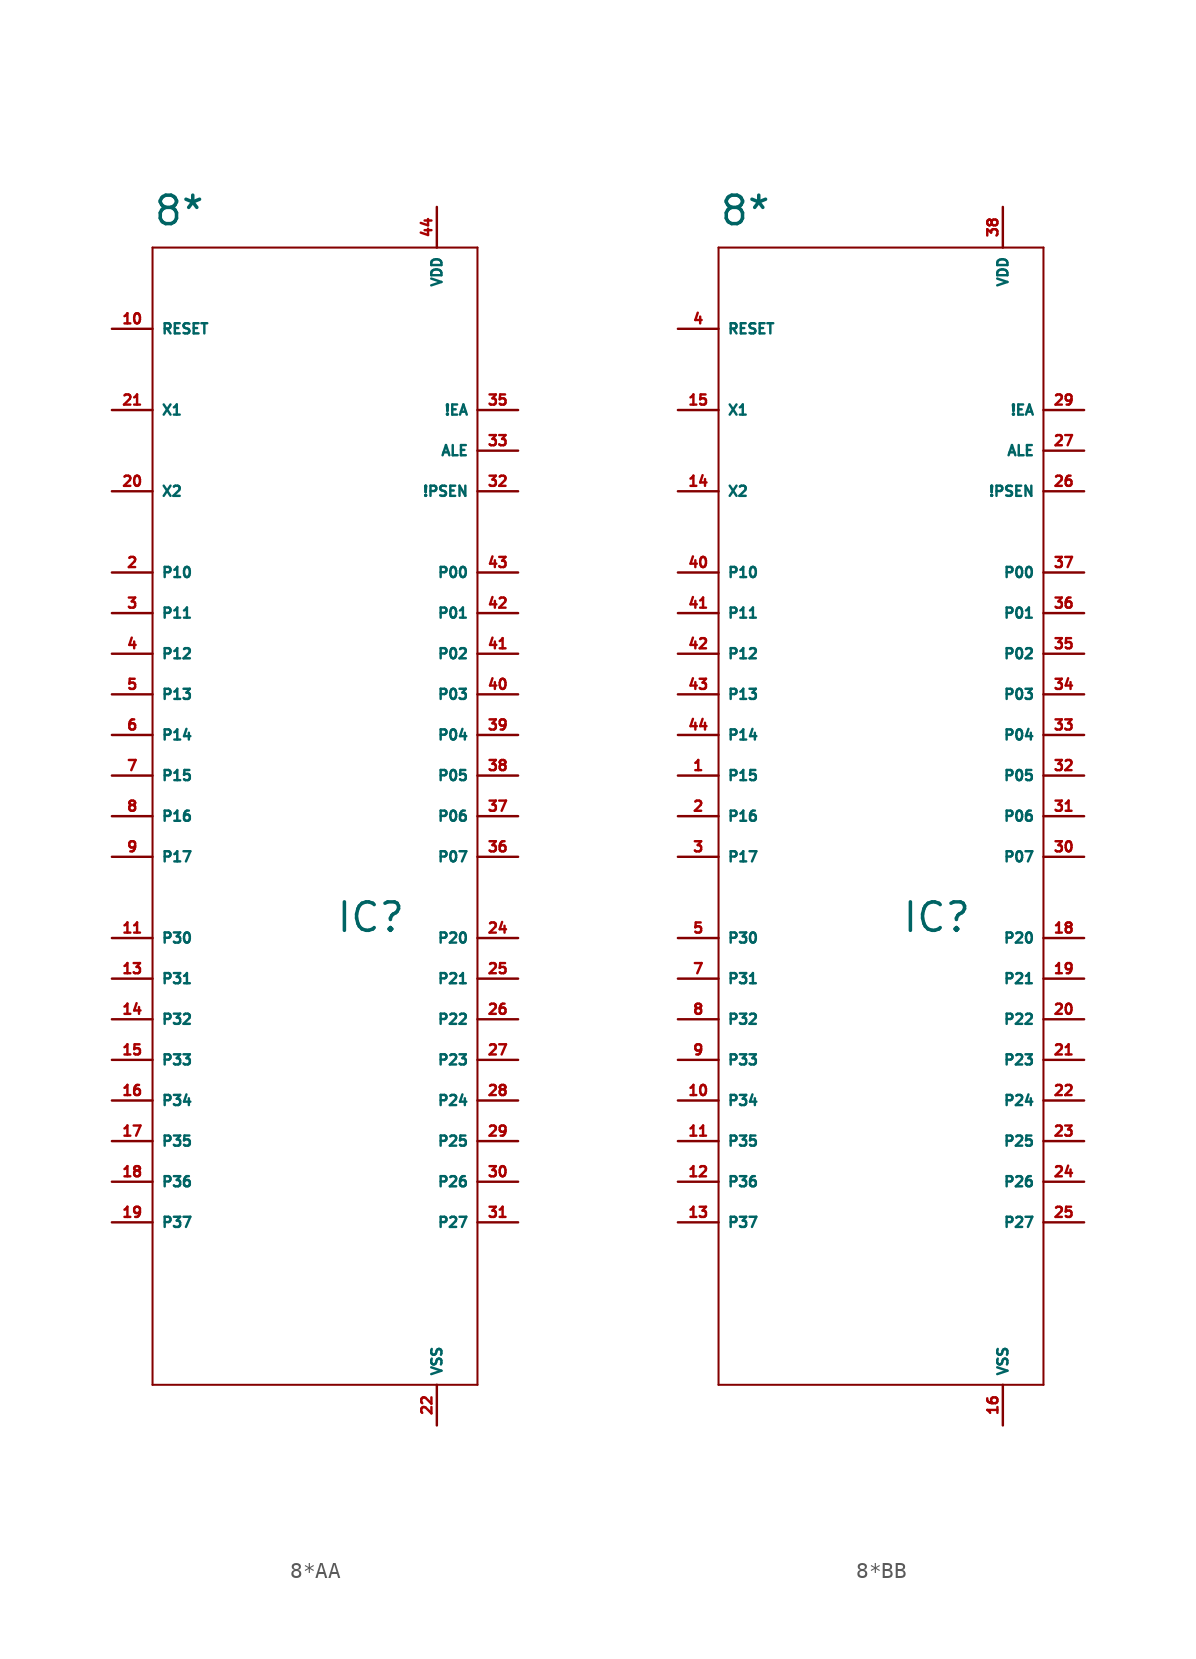
<source format=kicad_sym>
(kicad_symbol_lib
  (version 20220914)
  (generator Eagle2Kicad)
  (symbol "8*AA"
    (property "Reference" "IC"
      (at 1.27 -4.826 0)
      (effects (font (size 1.778 1.778) (thickness 0.22)) (justify left bottom)))
    (property "Value" "8*"
      (at -10.16 39.37 0)
      (effects (font (size 1.778 1.778) (thickness 0.22)) (justify left bottom)))
    (polyline
      (pts (xy -10.16 38.1) (xy 10.16 38.1))
      (stroke (width 0.127) (type default))
      (fill (type none)))
    (polyline
      (pts (xy 10.16 38.1) (xy 10.16 -33.02))
      (stroke (width 0.127) (type default))
      (fill (type none)))
    (polyline
      (pts (xy 10.16 -33.02) (xy -10.16 -33.02))
      (stroke (width 0.127) (type default))
      (fill (type none)))
    (polyline
      (pts (xy -10.16 -33.02) (xy -10.16 38.1))
      (stroke (width 0.127) (type default))
      (fill (type none)))
    (pin bidirectional line
      (at -12.7 5.08 0)
      (length 2.54)
      (name "P15" (effects (font (size 0.635 0.635) (thickness 0.08)) (justify left bottom)))
      (number "7" (effects (font (size 0.635 0.635) (thickness 0.08)) (justify left bottom))))
    (pin bidirectional line
      (at -12.7 2.54 0)
      (length 2.54)
      (name "P16" (effects (font (size 0.635 0.635) (thickness 0.08)) (justify left bottom)))
      (number "8" (effects (font (size 0.635 0.635) (thickness 0.08)) (justify left bottom))))
    (pin bidirectional line
      (at -12.7 0 0)
      (length 2.54)
      (name "P17" (effects (font (size 0.635 0.635) (thickness 0.08)) (justify left bottom)))
      (number "9" (effects (font (size 0.635 0.635) (thickness 0.08)) (justify left bottom))))
    (pin bidirectional line
      (at -12.7 33.02 0)
      (length 2.54)
      (name "RESET" (effects (font (size 0.635 0.635) (thickness 0.08)) (justify left bottom)))
      (number "10" (effects (font (size 0.635 0.635) (thickness 0.08)) (justify left bottom))))
    (pin bidirectional line
      (at -12.7 -5.08 0)
      (length 2.54)
      (name "P30" (effects (font (size 0.635 0.635) (thickness 0.08)) (justify left bottom)))
      (number "11" (effects (font (size 0.635 0.635) (thickness 0.08)) (justify left bottom))))
    (pin bidirectional line
      (at -12.7 -7.62 0)
      (length 2.54)
      (name "P31" (effects (font (size 0.635 0.635) (thickness 0.08)) (justify left bottom)))
      (number "13" (effects (font (size 0.635 0.635) (thickness 0.08)) (justify left bottom))))
    (pin bidirectional line
      (at -12.7 -10.16 0)
      (length 2.54)
      (name "P32" (effects (font (size 0.635 0.635) (thickness 0.08)) (justify left bottom)))
      (number "14" (effects (font (size 0.635 0.635) (thickness 0.08)) (justify left bottom))))
    (pin bidirectional line
      (at -12.7 -12.7 0)
      (length 2.54)
      (name "P33" (effects (font (size 0.635 0.635) (thickness 0.08)) (justify left bottom)))
      (number "15" (effects (font (size 0.635 0.635) (thickness 0.08)) (justify left bottom))))
    (pin bidirectional line
      (at -12.7 -15.24 0)
      (length 2.54)
      (name "P34" (effects (font (size 0.635 0.635) (thickness 0.08)) (justify left bottom)))
      (number "16" (effects (font (size 0.635 0.635) (thickness 0.08)) (justify left bottom))))
    (pin bidirectional line
      (at -12.7 -17.78 0)
      (length 2.54)
      (name "P35" (effects (font (size 0.635 0.635) (thickness 0.08)) (justify left bottom)))
      (number "17" (effects (font (size 0.635 0.635) (thickness 0.08)) (justify left bottom))))
    (pin bidirectional line
      (at -12.7 -20.32 0)
      (length 2.54)
      (name "P36" (effects (font (size 0.635 0.635) (thickness 0.08)) (justify left bottom)))
      (number "18" (effects (font (size 0.635 0.635) (thickness 0.08)) (justify left bottom))))
    (pin bidirectional line
      (at -12.7 -22.86 0)
      (length 2.54)
      (name "P37" (effects (font (size 0.635 0.635) (thickness 0.08)) (justify left bottom)))
      (number "19" (effects (font (size 0.635 0.635) (thickness 0.08)) (justify left bottom))))
    (pin output line
      (at -12.7 22.86 0)
      (length 2.54)
      (name "X2" (effects (font (size 0.635 0.635) (thickness 0.08)) (justify left bottom)))
      (number "20" (effects (font (size 0.635 0.635) (thickness 0.08)) (justify left bottom))))
    (pin input line
      (at -12.7 27.94 0)
      (length 2.54)
      (name "X1" (effects (font (size 0.635 0.635) (thickness 0.08)) (justify left bottom)))
      (number "21" (effects (font (size 0.635 0.635) (thickness 0.08)) (justify left bottom))))
    (pin unspecified line
      (at 7.62 -35.56 90)
      (length 2.54)
      (name "VSS" (effects (font (size 0.635 0.635) (thickness 0.08)) (justify left bottom)))
      (number "22" (effects (font (size 0.635 0.635) (thickness 0.08)) (justify left bottom))))
    (pin bidirectional line
      (at 12.7 -5.08 180)
      (length 2.54)
      (name "P20" (effects (font (size 0.635 0.635) (thickness 0.08)) (justify left bottom)))
      (number "24" (effects (font (size 0.635 0.635) (thickness 0.08)) (justify left bottom))))
    (pin bidirectional line
      (at 12.7 -7.62 180)
      (length 2.54)
      (name "P21" (effects (font (size 0.635 0.635) (thickness 0.08)) (justify left bottom)))
      (number "25" (effects (font (size 0.635 0.635) (thickness 0.08)) (justify left bottom))))
    (pin bidirectional line
      (at 12.7 -10.16 180)
      (length 2.54)
      (name "P22" (effects (font (size 0.635 0.635) (thickness 0.08)) (justify left bottom)))
      (number "26" (effects (font (size 0.635 0.635) (thickness 0.08)) (justify left bottom))))
    (pin bidirectional line
      (at 12.7 -12.7 180)
      (length 2.54)
      (name "P23" (effects (font (size 0.635 0.635) (thickness 0.08)) (justify left bottom)))
      (number "27" (effects (font (size 0.635 0.635) (thickness 0.08)) (justify left bottom))))
    (pin bidirectional line
      (at 12.7 -15.24 180)
      (length 2.54)
      (name "P24" (effects (font (size 0.635 0.635) (thickness 0.08)) (justify left bottom)))
      (number "28" (effects (font (size 0.635 0.635) (thickness 0.08)) (justify left bottom))))
    (pin bidirectional line
      (at 12.7 -17.78 180)
      (length 2.54)
      (name "P25" (effects (font (size 0.635 0.635) (thickness 0.08)) (justify left bottom)))
      (number "29" (effects (font (size 0.635 0.635) (thickness 0.08)) (justify left bottom))))
    (pin bidirectional line
      (at 12.7 -20.32 180)
      (length 2.54)
      (name "P26" (effects (font (size 0.635 0.635) (thickness 0.08)) (justify left bottom)))
      (number "30" (effects (font (size 0.635 0.635) (thickness 0.08)) (justify left bottom))))
    (pin bidirectional line
      (at 12.7 -22.86 180)
      (length 2.54)
      (name "P27" (effects (font (size 0.635 0.635) (thickness 0.08)) (justify left bottom)))
      (number "31" (effects (font (size 0.635 0.635) (thickness 0.08)) (justify left bottom))))
    (pin output line
      (at 12.7 22.86 180)
      (length 2.54)
      (name "!PSEN" (effects (font (size 0.635 0.635) (thickness 0.08)) (justify left bottom)))
      (number "32" (effects (font (size 0.635 0.635) (thickness 0.08)) (justify left bottom))))
    (pin output line
      (at 12.7 25.4 180)
      (length 2.54)
      (name "ALE" (effects (font (size 0.635 0.635) (thickness 0.08)) (justify left bottom)))
      (number "33" (effects (font (size 0.635 0.635) (thickness 0.08)) (justify left bottom))))
    (pin input line
      (at 12.7 27.94 180)
      (length 2.54)
      (name "!EA" (effects (font (size 0.635 0.635) (thickness 0.08)) (justify left bottom)))
      (number "35" (effects (font (size 0.635 0.635) (thickness 0.08)) (justify left bottom))))
    (pin bidirectional line
      (at 12.7 0 180)
      (length 2.54)
      (name "P07" (effects (font (size 0.635 0.635) (thickness 0.08)) (justify left bottom)))
      (number "36" (effects (font (size 0.635 0.635) (thickness 0.08)) (justify left bottom))))
    (pin bidirectional line
      (at 12.7 2.54 180)
      (length 2.54)
      (name "P06" (effects (font (size 0.635 0.635) (thickness 0.08)) (justify left bottom)))
      (number "37" (effects (font (size 0.635 0.635) (thickness 0.08)) (justify left bottom))))
    (pin bidirectional line
      (at 12.7 5.08 180)
      (length 2.54)
      (name "P05" (effects (font (size 0.635 0.635) (thickness 0.08)) (justify left bottom)))
      (number "38" (effects (font (size 0.635 0.635) (thickness 0.08)) (justify left bottom))))
    (pin bidirectional line
      (at 12.7 7.62 180)
      (length 2.54)
      (name "P04" (effects (font (size 0.635 0.635) (thickness 0.08)) (justify left bottom)))
      (number "39" (effects (font (size 0.635 0.635) (thickness 0.08)) (justify left bottom))))
    (pin bidirectional line
      (at 12.7 10.16 180)
      (length 2.54)
      (name "P03" (effects (font (size 0.635 0.635) (thickness 0.08)) (justify left bottom)))
      (number "40" (effects (font (size 0.635 0.635) (thickness 0.08)) (justify left bottom))))
    (pin bidirectional line
      (at 12.7 12.7 180)
      (length 2.54)
      (name "P02" (effects (font (size 0.635 0.635) (thickness 0.08)) (justify left bottom)))
      (number "41" (effects (font (size 0.635 0.635) (thickness 0.08)) (justify left bottom))))
    (pin bidirectional line
      (at 12.7 15.24 180)
      (length 2.54)
      (name "P01" (effects (font (size 0.635 0.635) (thickness 0.08)) (justify left bottom)))
      (number "42" (effects (font (size 0.635 0.635) (thickness 0.08)) (justify left bottom))))
    (pin bidirectional line
      (at 12.7 17.78 180)
      (length 2.54)
      (name "P00" (effects (font (size 0.635 0.635) (thickness 0.08)) (justify left bottom)))
      (number "43" (effects (font (size 0.635 0.635) (thickness 0.08)) (justify left bottom))))
    (pin unspecified line
      (at 7.62 40.64 270)
      (length 2.54)
      (name "VDD" (effects (font (size 0.635 0.635) (thickness 0.08)) (justify left bottom)))
      (number "44" (effects (font (size 0.635 0.635) (thickness 0.08)) (justify left bottom))))
    (pin bidirectional line
      (at -12.7 17.78 0)
      (length 2.54)
      (name "P10" (effects (font (size 0.635 0.635) (thickness 0.08)) (justify left bottom)))
      (number "2" (effects (font (size 0.635 0.635) (thickness 0.08)) (justify left bottom))))
    (pin bidirectional line
      (at -12.7 15.24 0)
      (length 2.54)
      (name "P11" (effects (font (size 0.635 0.635) (thickness 0.08)) (justify left bottom)))
      (number "3" (effects (font (size 0.635 0.635) (thickness 0.08)) (justify left bottom))))
    (pin bidirectional line
      (at -12.7 12.7 0)
      (length 2.54)
      (name "P12" (effects (font (size 0.635 0.635) (thickness 0.08)) (justify left bottom)))
      (number "4" (effects (font (size 0.635 0.635) (thickness 0.08)) (justify left bottom))))
    (pin bidirectional line
      (at -12.7 10.16 0)
      (length 2.54)
      (name "P13" (effects (font (size 0.635 0.635) (thickness 0.08)) (justify left bottom)))
      (number "5" (effects (font (size 0.635 0.635) (thickness 0.08)) (justify left bottom))))
    (pin bidirectional line
      (at -12.7 7.62 0)
      (length 2.54)
      (name "P14" (effects (font (size 0.635 0.635) (thickness 0.08)) (justify left bottom)))
      (number "6" (effects (font (size 0.635 0.635) (thickness 0.08)) (justify left bottom)))))
  (symbol "8*BB"
    (property "Reference" "IC"
      (at 1.27 -4.826 0)
      (effects (font (size 1.778 1.778) (thickness 0.22)) (justify left bottom)))
    (property "Value" "8*"
      (at -10.16 39.37 0)
      (effects (font (size 1.778 1.778) (thickness 0.22)) (justify left bottom)))
    (polyline
      (pts (xy -10.16 38.1) (xy 10.16 38.1))
      (stroke (width 0.127) (type default))
      (fill (type none)))
    (polyline
      (pts (xy 10.16 38.1) (xy 10.16 -33.02))
      (stroke (width 0.127) (type default))
      (fill (type none)))
    (polyline
      (pts (xy 10.16 -33.02) (xy -10.16 -33.02))
      (stroke (width 0.127) (type default))
      (fill (type none)))
    (polyline
      (pts (xy -10.16 -33.02) (xy -10.16 38.1))
      (stroke (width 0.127) (type default))
      (fill (type none)))
    (pin bidirectional line
      (at -12.7 5.08 0)
      (length 2.54)
      (name "P15" (effects (font (size 0.635 0.635) (thickness 0.08)) (justify left bottom)))
      (number "1" (effects (font (size 0.635 0.635) (thickness 0.08)) (justify left bottom))))
    (pin bidirectional line
      (at -12.7 2.54 0)
      (length 2.54)
      (name "P16" (effects (font (size 0.635 0.635) (thickness 0.08)) (justify left bottom)))
      (number "2" (effects (font (size 0.635 0.635) (thickness 0.08)) (justify left bottom))))
    (pin bidirectional line
      (at -12.7 0 0)
      (length 2.54)
      (name "P17" (effects (font (size 0.635 0.635) (thickness 0.08)) (justify left bottom)))
      (number "3" (effects (font (size 0.635 0.635) (thickness 0.08)) (justify left bottom))))
    (pin bidirectional line
      (at -12.7 33.02 0)
      (length 2.54)
      (name "RESET" (effects (font (size 0.635 0.635) (thickness 0.08)) (justify left bottom)))
      (number "4" (effects (font (size 0.635 0.635) (thickness 0.08)) (justify left bottom))))
    (pin bidirectional line
      (at -12.7 -5.08 0)
      (length 2.54)
      (name "P30" (effects (font (size 0.635 0.635) (thickness 0.08)) (justify left bottom)))
      (number "5" (effects (font (size 0.635 0.635) (thickness 0.08)) (justify left bottom))))
    (pin bidirectional line
      (at -12.7 -7.62 0)
      (length 2.54)
      (name "P31" (effects (font (size 0.635 0.635) (thickness 0.08)) (justify left bottom)))
      (number "7" (effects (font (size 0.635 0.635) (thickness 0.08)) (justify left bottom))))
    (pin bidirectional line
      (at -12.7 -10.16 0)
      (length 2.54)
      (name "P32" (effects (font (size 0.635 0.635) (thickness 0.08)) (justify left bottom)))
      (number "8" (effects (font (size 0.635 0.635) (thickness 0.08)) (justify left bottom))))
    (pin bidirectional line
      (at -12.7 -12.7 0)
      (length 2.54)
      (name "P33" (effects (font (size 0.635 0.635) (thickness 0.08)) (justify left bottom)))
      (number "9" (effects (font (size 0.635 0.635) (thickness 0.08)) (justify left bottom))))
    (pin bidirectional line
      (at -12.7 -15.24 0)
      (length 2.54)
      (name "P34" (effects (font (size 0.635 0.635) (thickness 0.08)) (justify left bottom)))
      (number "10" (effects (font (size 0.635 0.635) (thickness 0.08)) (justify left bottom))))
    (pin bidirectional line
      (at -12.7 -17.78 0)
      (length 2.54)
      (name "P35" (effects (font (size 0.635 0.635) (thickness 0.08)) (justify left bottom)))
      (number "11" (effects (font (size 0.635 0.635) (thickness 0.08)) (justify left bottom))))
    (pin bidirectional line
      (at -12.7 -20.32 0)
      (length 2.54)
      (name "P36" (effects (font (size 0.635 0.635) (thickness 0.08)) (justify left bottom)))
      (number "12" (effects (font (size 0.635 0.635) (thickness 0.08)) (justify left bottom))))
    (pin bidirectional line
      (at -12.7 -22.86 0)
      (length 2.54)
      (name "P37" (effects (font (size 0.635 0.635) (thickness 0.08)) (justify left bottom)))
      (number "13" (effects (font (size 0.635 0.635) (thickness 0.08)) (justify left bottom))))
    (pin output line
      (at -12.7 22.86 0)
      (length 2.54)
      (name "X2" (effects (font (size 0.635 0.635) (thickness 0.08)) (justify left bottom)))
      (number "14" (effects (font (size 0.635 0.635) (thickness 0.08)) (justify left bottom))))
    (pin input line
      (at -12.7 27.94 0)
      (length 2.54)
      (name "X1" (effects (font (size 0.635 0.635) (thickness 0.08)) (justify left bottom)))
      (number "15" (effects (font (size 0.635 0.635) (thickness 0.08)) (justify left bottom))))
    (pin unspecified line
      (at 7.62 -35.56 90)
      (length 2.54)
      (name "VSS" (effects (font (size 0.635 0.635) (thickness 0.08)) (justify left bottom)))
      (number "16" (effects (font (size 0.635 0.635) (thickness 0.08)) (justify left bottom))))
    (pin bidirectional line
      (at 12.7 -5.08 180)
      (length 2.54)
      (name "P20" (effects (font (size 0.635 0.635) (thickness 0.08)) (justify left bottom)))
      (number "18" (effects (font (size 0.635 0.635) (thickness 0.08)) (justify left bottom))))
    (pin bidirectional line
      (at 12.7 -7.62 180)
      (length 2.54)
      (name "P21" (effects (font (size 0.635 0.635) (thickness 0.08)) (justify left bottom)))
      (number "19" (effects (font (size 0.635 0.635) (thickness 0.08)) (justify left bottom))))
    (pin bidirectional line
      (at 12.7 -10.16 180)
      (length 2.54)
      (name "P22" (effects (font (size 0.635 0.635) (thickness 0.08)) (justify left bottom)))
      (number "20" (effects (font (size 0.635 0.635) (thickness 0.08)) (justify left bottom))))
    (pin bidirectional line
      (at 12.7 -12.7 180)
      (length 2.54)
      (name "P23" (effects (font (size 0.635 0.635) (thickness 0.08)) (justify left bottom)))
      (number "21" (effects (font (size 0.635 0.635) (thickness 0.08)) (justify left bottom))))
    (pin bidirectional line
      (at 12.7 -15.24 180)
      (length 2.54)
      (name "P24" (effects (font (size 0.635 0.635) (thickness 0.08)) (justify left bottom)))
      (number "22" (effects (font (size 0.635 0.635) (thickness 0.08)) (justify left bottom))))
    (pin bidirectional line
      (at 12.7 -17.78 180)
      (length 2.54)
      (name "P25" (effects (font (size 0.635 0.635) (thickness 0.08)) (justify left bottom)))
      (number "23" (effects (font (size 0.635 0.635) (thickness 0.08)) (justify left bottom))))
    (pin bidirectional line
      (at 12.7 -20.32 180)
      (length 2.54)
      (name "P26" (effects (font (size 0.635 0.635) (thickness 0.08)) (justify left bottom)))
      (number "24" (effects (font (size 0.635 0.635) (thickness 0.08)) (justify left bottom))))
    (pin bidirectional line
      (at 12.7 -22.86 180)
      (length 2.54)
      (name "P27" (effects (font (size 0.635 0.635) (thickness 0.08)) (justify left bottom)))
      (number "25" (effects (font (size 0.635 0.635) (thickness 0.08)) (justify left bottom))))
    (pin output line
      (at 12.7 22.86 180)
      (length 2.54)
      (name "!PSEN" (effects (font (size 0.635 0.635) (thickness 0.08)) (justify left bottom)))
      (number "26" (effects (font (size 0.635 0.635) (thickness 0.08)) (justify left bottom))))
    (pin output line
      (at 12.7 25.4 180)
      (length 2.54)
      (name "ALE" (effects (font (size 0.635 0.635) (thickness 0.08)) (justify left bottom)))
      (number "27" (effects (font (size 0.635 0.635) (thickness 0.08)) (justify left bottom))))
    (pin input line
      (at 12.7 27.94 180)
      (length 2.54)
      (name "!EA" (effects (font (size 0.635 0.635) (thickness 0.08)) (justify left bottom)))
      (number "29" (effects (font (size 0.635 0.635) (thickness 0.08)) (justify left bottom))))
    (pin bidirectional line
      (at 12.7 0 180)
      (length 2.54)
      (name "P07" (effects (font (size 0.635 0.635) (thickness 0.08)) (justify left bottom)))
      (number "30" (effects (font (size 0.635 0.635) (thickness 0.08)) (justify left bottom))))
    (pin bidirectional line
      (at 12.7 2.54 180)
      (length 2.54)
      (name "P06" (effects (font (size 0.635 0.635) (thickness 0.08)) (justify left bottom)))
      (number "31" (effects (font (size 0.635 0.635) (thickness 0.08)) (justify left bottom))))
    (pin bidirectional line
      (at 12.7 5.08 180)
      (length 2.54)
      (name "P05" (effects (font (size 0.635 0.635) (thickness 0.08)) (justify left bottom)))
      (number "32" (effects (font (size 0.635 0.635) (thickness 0.08)) (justify left bottom))))
    (pin bidirectional line
      (at 12.7 7.62 180)
      (length 2.54)
      (name "P04" (effects (font (size 0.635 0.635) (thickness 0.08)) (justify left bottom)))
      (number "33" (effects (font (size 0.635 0.635) (thickness 0.08)) (justify left bottom))))
    (pin bidirectional line
      (at 12.7 10.16 180)
      (length 2.54)
      (name "P03" (effects (font (size 0.635 0.635) (thickness 0.08)) (justify left bottom)))
      (number "34" (effects (font (size 0.635 0.635) (thickness 0.08)) (justify left bottom))))
    (pin bidirectional line
      (at 12.7 12.7 180)
      (length 2.54)
      (name "P02" (effects (font (size 0.635 0.635) (thickness 0.08)) (justify left bottom)))
      (number "35" (effects (font (size 0.635 0.635) (thickness 0.08)) (justify left bottom))))
    (pin bidirectional line
      (at 12.7 15.24 180)
      (length 2.54)
      (name "P01" (effects (font (size 0.635 0.635) (thickness 0.08)) (justify left bottom)))
      (number "36" (effects (font (size 0.635 0.635) (thickness 0.08)) (justify left bottom))))
    (pin bidirectional line
      (at 12.7 17.78 180)
      (length 2.54)
      (name "P00" (effects (font (size 0.635 0.635) (thickness 0.08)) (justify left bottom)))
      (number "37" (effects (font (size 0.635 0.635) (thickness 0.08)) (justify left bottom))))
    (pin unspecified line
      (at 7.62 40.64 270)
      (length 2.54)
      (name "VDD" (effects (font (size 0.635 0.635) (thickness 0.08)) (justify left bottom)))
      (number "38" (effects (font (size 0.635 0.635) (thickness 0.08)) (justify left bottom))))
    (pin bidirectional line
      (at -12.7 17.78 0)
      (length 2.54)
      (name "P10" (effects (font (size 0.635 0.635) (thickness 0.08)) (justify left bottom)))
      (number "40" (effects (font (size 0.635 0.635) (thickness 0.08)) (justify left bottom))))
    (pin bidirectional line
      (at -12.7 15.24 0)
      (length 2.54)
      (name "P11" (effects (font (size 0.635 0.635) (thickness 0.08)) (justify left bottom)))
      (number "41" (effects (font (size 0.635 0.635) (thickness 0.08)) (justify left bottom))))
    (pin bidirectional line
      (at -12.7 12.7 0)
      (length 2.54)
      (name "P12" (effects (font (size 0.635 0.635) (thickness 0.08)) (justify left bottom)))
      (number "42" (effects (font (size 0.635 0.635) (thickness 0.08)) (justify left bottom))))
    (pin bidirectional line
      (at -12.7 10.16 0)
      (length 2.54)
      (name "P13" (effects (font (size 0.635 0.635) (thickness 0.08)) (justify left bottom)))
      (number "43" (effects (font (size 0.635 0.635) (thickness 0.08)) (justify left bottom))))
    (pin bidirectional line
      (at -12.7 7.62 0)
      (length 2.54)
      (name "P14" (effects (font (size 0.635 0.635) (thickness 0.08)) (justify left bottom)))
      (number "44" (effects (font (size 0.635 0.635) (thickness 0.08)) (justify left bottom))))))
</source>
